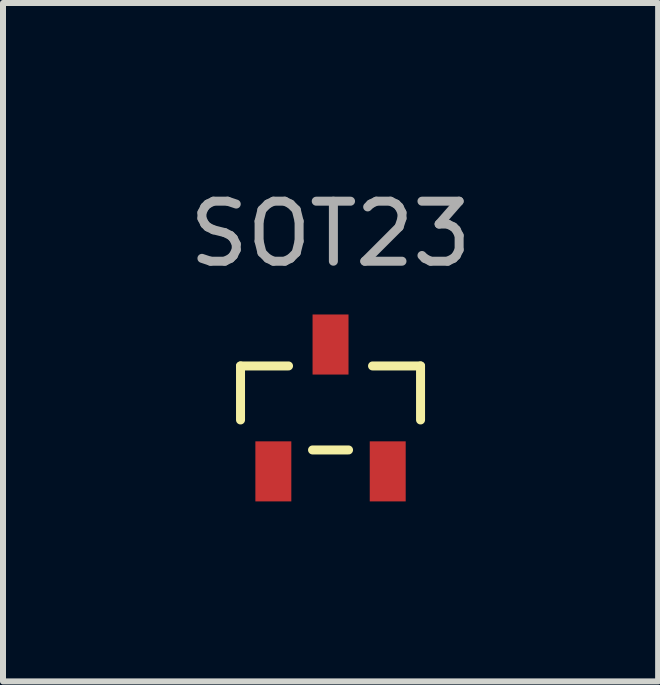
<source format=kicad_pcb>
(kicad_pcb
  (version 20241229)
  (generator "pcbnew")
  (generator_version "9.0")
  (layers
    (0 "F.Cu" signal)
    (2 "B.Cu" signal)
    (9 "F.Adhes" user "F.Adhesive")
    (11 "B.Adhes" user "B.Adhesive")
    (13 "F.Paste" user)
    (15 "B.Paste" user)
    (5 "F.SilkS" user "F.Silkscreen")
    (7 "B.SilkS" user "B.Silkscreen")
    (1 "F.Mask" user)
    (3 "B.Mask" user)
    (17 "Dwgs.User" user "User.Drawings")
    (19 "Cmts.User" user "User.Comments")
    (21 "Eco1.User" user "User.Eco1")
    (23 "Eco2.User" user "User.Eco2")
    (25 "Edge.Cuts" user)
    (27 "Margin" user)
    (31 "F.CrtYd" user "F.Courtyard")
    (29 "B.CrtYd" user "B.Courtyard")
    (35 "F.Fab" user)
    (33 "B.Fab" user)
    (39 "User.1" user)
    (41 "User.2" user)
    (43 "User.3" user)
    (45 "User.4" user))
  (footprint "SOT23"
    (layer "F.Cu")
    (at 2.458 3.748)
    (property "Reference" "SOT23" (at 0 -2.9 0) (layer "F.Fab") (effects (font (size 1 1) (thickness 0.15))))
    (attr smd)
    (fp_line (start -1.5 -0.7) (end -0.7 -0.7) (stroke (width 0.15) (type solid)) (layer "F.SilkS"))
    (fp_line (start -1.5 0.2) (end -1.5 -0.7) (stroke (width 0.15) (type solid)) (layer "F.SilkS"))
    (fp_line (start 0.3 0.7) (end -0.3 0.7) (stroke (width 0.15) (type solid)) (layer "F.SilkS"))
    (fp_line (start 1.5 -0.7) (end 0.7 -0.7) (stroke (width 0.15) (type solid)) (layer "F.SilkS"))
    (fp_line (start 1.5 0.2) (end 1.5 -0.7) (stroke (width 0.15) (type solid)) (layer "F.SilkS"))
    (pad "1" smd rect (at -0.953 1.057) (size 0.599 1.001) (layers "F.Cu" "F.Mask" "F.Paste"))
    (pad "2" smd rect (at 0 -1.057) (size 0.599 1.001) (layers "F.Cu" "F.Mask" "F.Paste"))
    (pad "3" smd rect (at 0.953 1.057) (size 0.599 1.001) (layers "F.Cu" "F.Mask" "F.Paste")))
  (gr_rect
    (start -3 -3)
    (end 7.917 8.305)
    (stroke (width 0.1) (type default))
    (fill no)
    (layer "Edge.Cuts")))
</source>
